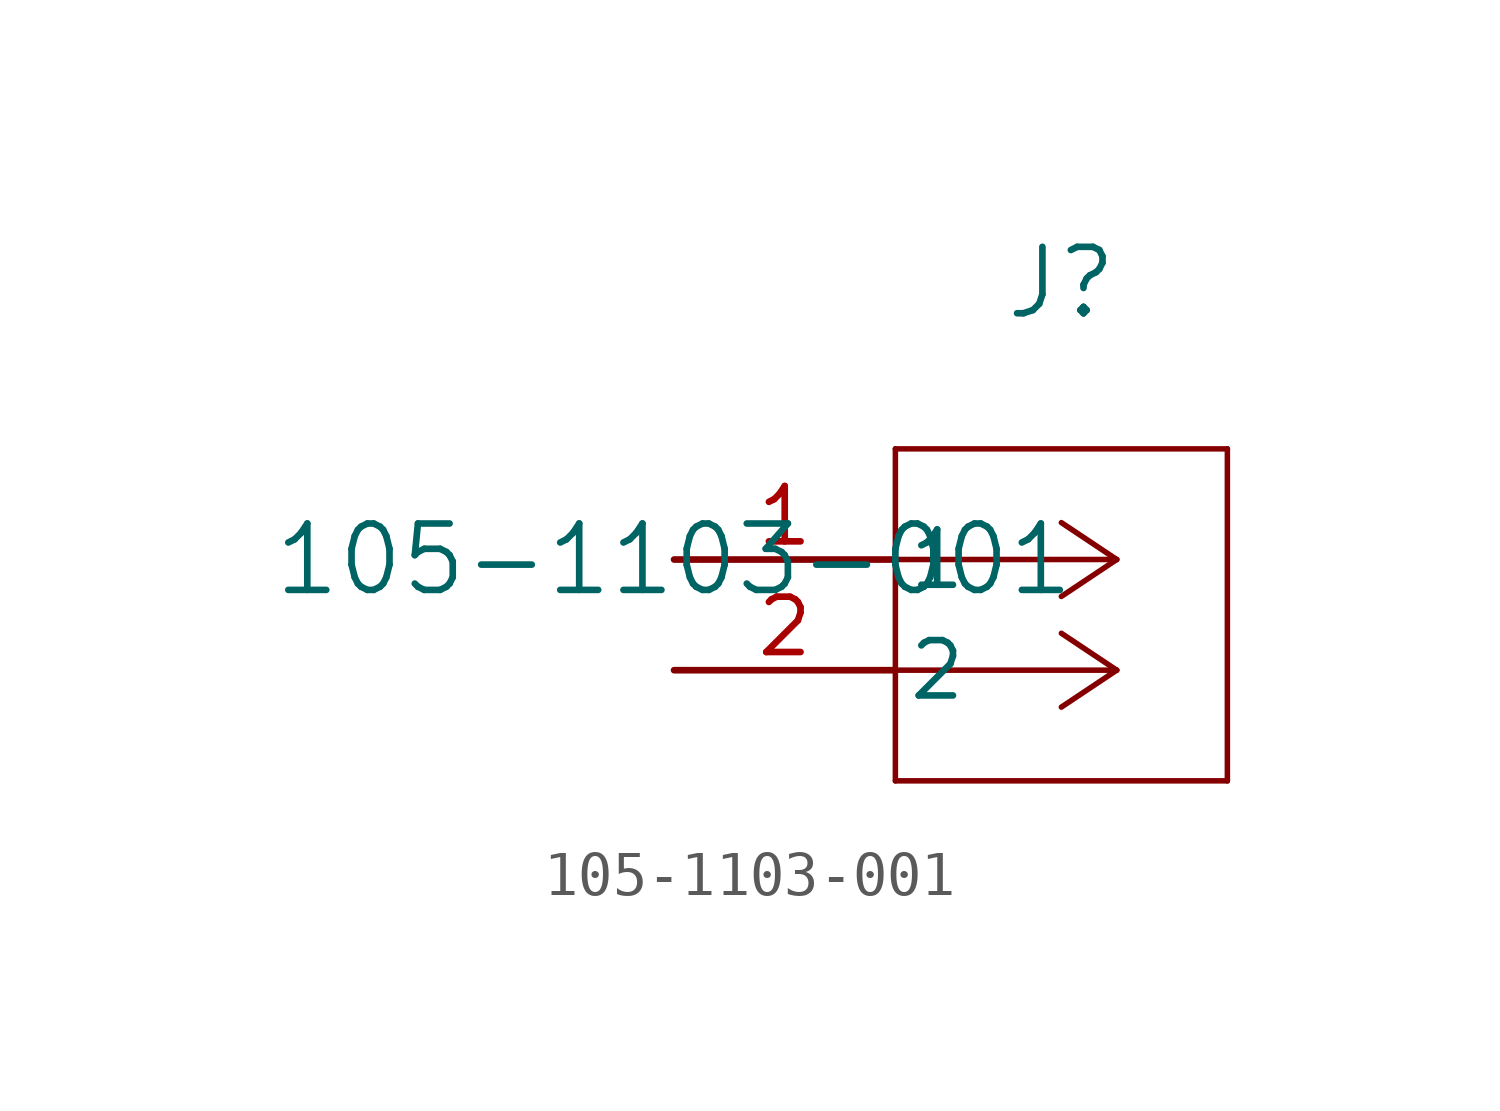
<source format=kicad_sym>
(kicad_symbol_lib
  (version 20211014)
  (generator kicad_symbol_editor)
  (symbol "105-1103-001"
    (pin_names
      (offset 0.254))
    (property "Reference" "J"
      (at 8.89 6.35 0)
      (effects (font (size 1.524 1.524))))
    (property "Value" "105-1103-001"
      (at 0 0 0)
      (effects (font (size 1.524 1.524))))
    (symbol "105-1103-001_0_1"
      (polyline (pts (xy 10.16 0) (xy 5.08 0)) (stroke (width 0.127) (type default) (color 0 0 0 0)) (fill (type none)))
      (polyline (pts (xy 10.16 -2.54) (xy 5.08 -2.54)) (stroke (width 0.127) (type default) (color 0 0 0 0)) (fill (type none)))
      (polyline (pts (xy 10.16 0) (xy 8.89 0.847)) (stroke (width 0.127) (type default) (color 0 0 0 0)) (fill (type none)))
      (polyline (pts (xy 10.16 -2.54) (xy 8.89 -1.693)) (stroke (width 0.127) (type default) (color 0 0 0 0)) (fill (type none)))
      (polyline (pts (xy 10.16 0) (xy 8.89 -0.847)) (stroke (width 0.127) (type default) (color 0 0 0 0)) (fill (type none)))
      (polyline (pts (xy 10.16 -2.54) (xy 8.89 -3.387)) (stroke (width 0.127) (type default) (color 0 0 0 0)) (fill (type none)))
      (polyline (pts (xy 5.08 2.54) (xy 5.08 -5.08)) (stroke (width 0.127) (type default) (color 0 0 0 0)) (fill (type none)))
      (polyline (pts (xy 5.08 -5.08) (xy 12.7 -5.08)) (stroke (width 0.127) (type default) (color 0 0 0 0)) (fill (type none)))
      (polyline (pts (xy 12.7 -5.08) (xy 12.7 2.54)) (stroke (width 0.127) (type default) (color 0 0 0 0)) (fill (type none)))
      (polyline (pts (xy 12.7 2.54) (xy 5.08 2.54)) (stroke (width 0.127) (type default) (color 0 0 0 0)) (fill (type none)))
      (pin unspecified line (at 0 0 0) (length 5.08) (name "1" (effects (font (size 1.27 1.27)))) (number "1" (effects (font (size 1.27 1.27)))))
      (pin unspecified line (at 0 -2.54 0) (length 5.08) (name "2" (effects (font (size 1.27 1.27)))) (number "2" (effects (font (size 1.27 1.27))))))))
</source>
